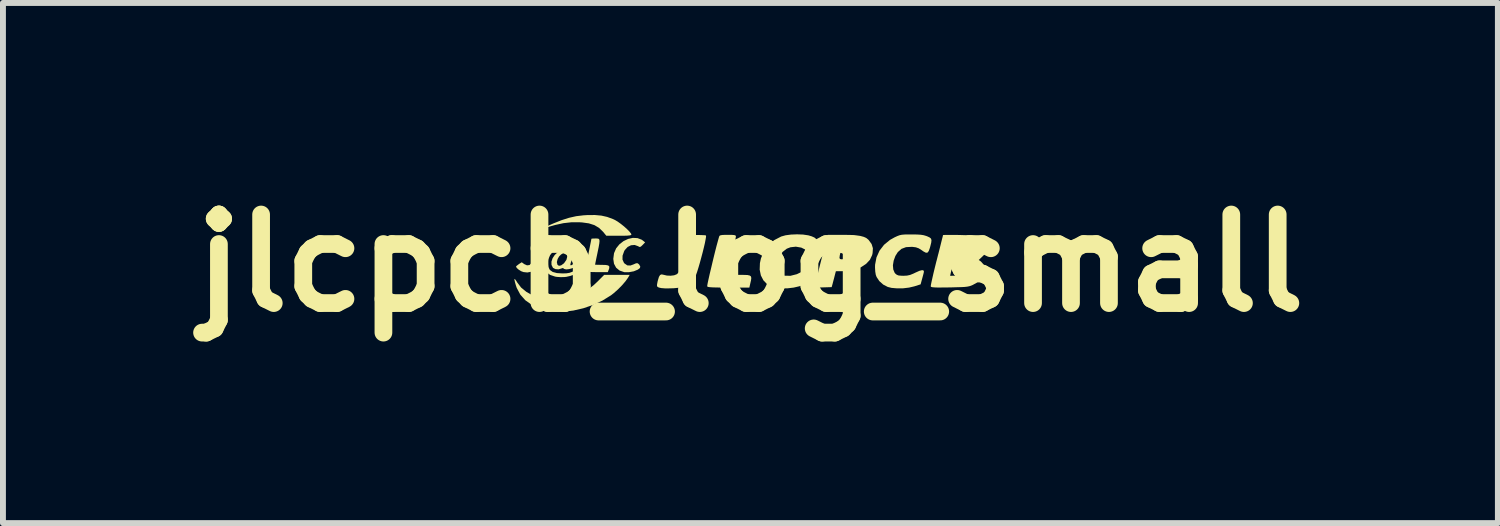
<source format=kicad_pcb>
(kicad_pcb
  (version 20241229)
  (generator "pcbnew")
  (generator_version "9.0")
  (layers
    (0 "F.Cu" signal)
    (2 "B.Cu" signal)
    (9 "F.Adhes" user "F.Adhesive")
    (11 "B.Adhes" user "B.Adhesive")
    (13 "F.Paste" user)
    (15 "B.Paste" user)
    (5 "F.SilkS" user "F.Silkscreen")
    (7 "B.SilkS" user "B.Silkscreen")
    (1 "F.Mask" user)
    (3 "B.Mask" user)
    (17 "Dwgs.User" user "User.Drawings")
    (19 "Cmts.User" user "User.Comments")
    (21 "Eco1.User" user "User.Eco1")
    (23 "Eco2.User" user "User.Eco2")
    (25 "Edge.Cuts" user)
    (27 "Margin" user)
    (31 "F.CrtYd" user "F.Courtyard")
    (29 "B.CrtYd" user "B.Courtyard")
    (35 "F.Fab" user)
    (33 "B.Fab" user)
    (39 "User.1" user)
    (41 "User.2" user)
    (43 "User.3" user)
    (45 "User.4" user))
  (footprint "jlcpcb_log_small"
    (layer "F.Cu")
    (at 9.657 1.404)
    (property "Reference" "jlcpcb_log_small" (at 0 0 0) (layer "F.SilkS") (effects (font (size 1.5 1.5) (thickness 0.3))))
    (attr board_only exclude_from_pos_files exclude_from_bom)
    (fp_poly (pts (xy -2.524 -0.803) (xy -2.426 -0.781) (xy -2.328 -0.745) (xy -2.292 -0.728) (xy -2.247 -0.701) (xy -2.194 -0.663) (xy -2.139 -0.619) (xy -2.088 -0.573) (xy -2.047 -0.531) (xy -2.021 -0.498) (xy -2.015 -0.482) (xy -2.022 -0.474) (xy -2.043 -0.468) (xy -2.084 -0.464) (xy -2.148 -0.462) (xy -2.228 -0.462) (xy -2.44 -0.462) (xy -2.496 -0.53) (xy -2.563 -0.595) (xy -2.642 -0.642) (xy -2.737 -0.672) (xy -2.853 -0.688) (xy -2.892 -0.69) (xy -3.033 -0.69) (xy -3.166 -0.675) (xy -3.304 -0.645) (xy -3.381 -0.623) (xy -3.441 -0.605) (xy -3.473 -0.599) (xy -3.477 -0.603) (xy -3.453 -0.618) (xy -3.402 -0.642) (xy -3.338 -0.67) (xy -3.197 -0.726) (xy -3.071 -0.766) (xy -2.951 -0.793) (xy -2.827 -0.808) (xy -2.762 -0.812) (xy -2.633 -0.813)) (stroke (width 0) (type solid)) (fill yes) (layer "F.SilkS"))
    (fp_poly (pts (xy -3.547 -0.416) (xy -3.545 -0.416) (xy -3.498 -0.412) (xy -3.478 -0.4) (xy -3.477 -0.395) (xy -3.481 -0.359) (xy -3.491 -0.302) (xy -3.505 -0.231) (xy -3.522 -0.156) (xy -3.54 -0.082) (xy -3.558 -0.017) (xy -3.573 0.031) (xy -3.581 0.052) (xy -3.631 0.108) (xy -3.699 0.145) (xy -3.777 0.16) (xy -3.843 0.153) (xy -3.883 0.138) (xy -3.923 0.113) (xy -3.955 0.085) (xy -3.969 0.062) (xy -3.969 0.06) (xy -3.957 0.046) (xy -3.928 0.024) (xy -3.921 0.018) (xy -3.872 -0.013) (xy -3.83 0.018) (xy -3.783 0.039) (xy -3.74 0.034) (xy -3.709 0.002) (xy -3.7 -0.023) (xy -3.688 -0.072) (xy -3.674 -0.135) (xy -3.662 -0.193) (xy -3.646 -0.279) (xy -3.633 -0.34) (xy -3.622 -0.379) (xy -3.611 -0.402) (xy -3.596 -0.413) (xy -3.575 -0.416)) (stroke (width 0) (type solid)) (fill yes) (layer "F.SilkS"))
    (fp_poly (pts (xy -2.593 -0.415) (xy -2.571 -0.411) (xy -2.559 -0.398) (xy -2.555 -0.373) (xy -2.559 -0.331) (xy -2.57 -0.268) (xy -2.588 -0.181) (xy -2.592 -0.161) (xy -2.607 -0.09) (xy -2.619 -0.031) (xy -2.627 0.01) (xy -2.631 0.027) (xy -2.631 0.027) (xy -2.617 0.029) (xy -2.579 0.03) (xy -2.526 0.031) (xy -2.515 0.031) (xy -2.448 0.033) (xy -2.408 0.041) (xy -2.39 0.058) (xy -2.39 0.086) (xy -2.399 0.113) (xy -2.415 0.154) (xy -2.599 0.154) (xy -2.671 0.153) (xy -2.731 0.15) (xy -2.773 0.146) (xy -2.791 0.14) (xy -2.791 0.121) (xy -2.785 0.078) (xy -2.775 0.014) (xy -2.761 -0.065) (xy -2.746 -0.139) (xy -2.729 -0.226) (xy -2.714 -0.301) (xy -2.702 -0.36) (xy -2.695 -0.398) (xy -2.692 -0.411) (xy -2.679 -0.414) (xy -2.644 -0.415) (xy -2.623 -0.416)) (stroke (width 0) (type solid)) (fill yes) (layer "F.SilkS"))
    (fp_poly (pts (xy -1.912 -0.422) (xy -1.841 -0.395) (xy -1.823 -0.382) (xy -1.783 -0.35) (xy -1.825 -0.306) (xy -1.854 -0.279) (xy -1.874 -0.271) (xy -1.896 -0.281) (xy -1.902 -0.285) (xy -1.96 -0.306) (xy -2.022 -0.301) (xy -2.079 -0.272) (xy -2.127 -0.22) (xy -2.138 -0.2) (xy -2.165 -0.125) (xy -2.166 -0.058) (xy -2.141 -0.003) (xy -2.131 0.008) (xy -2.084 0.04) (xy -2.031 0.042) (xy -1.979 0.023) (xy -1.936 0.004) (xy -1.909 0.004) (xy -1.887 0.022) (xy -1.883 0.027) (xy -1.865 0.06) (xy -1.871 0.085) (xy -1.905 0.111) (xy -1.907 0.112) (xy -1.975 0.14) (xy -2.055 0.155) (xy -2.131 0.155) (xy -2.138 0.154) (xy -2.216 0.127) (xy -2.274 0.079) (xy -2.31 0.012) (xy -2.322 -0.07) (xy -2.31 -0.163) (xy -2.308 -0.17) (xy -2.273 -0.25) (xy -2.218 -0.317) (xy -2.149 -0.371) (xy -2.071 -0.408) (xy -1.991 -0.426)) (stroke (width 0) (type solid)) (fill yes) (layer "F.SilkS"))
    (fp_poly (pts (xy -2.072 0.248) (xy -2.114 0.307) (xy -2.173 0.376) (xy -2.242 0.446) (xy -2.314 0.51) (xy -2.36 0.546) (xy -2.504 0.635) (xy -2.663 0.709) (xy -2.83 0.766) (xy -3 0.805) (xy -3.167 0.824) (xy -3.323 0.821) (xy -3.408 0.809) (xy -3.568 0.767) (xy -3.703 0.707) (xy -3.812 0.63) (xy -3.897 0.534) (xy -3.957 0.421) (xy -3.971 0.38) (xy -3.986 0.328) (xy -3.995 0.288) (xy -3.996 0.268) (xy -3.996 0.268) (xy -3.985 0.275) (xy -3.964 0.303) (xy -3.949 0.328) (xy -3.883 0.415) (xy -3.794 0.488) (xy -3.693 0.545) (xy -3.653 0.563) (xy -3.62 0.576) (xy -3.586 0.585) (xy -3.545 0.59) (xy -3.49 0.592) (xy -3.415 0.592) (xy -3.362 0.592) (xy -3.238 0.59) (xy -3.137 0.583) (xy -3.05 0.569) (xy -2.969 0.546) (xy -2.884 0.513) (xy -2.815 0.481) (xy -2.734 0.435) (xy -2.658 0.378) (xy -2.588 0.313) (xy -2.476 0.2) (xy -2.26 0.2) (xy -2.044 0.2)) (stroke (width 0) (type solid)) (fill yes) (layer "F.SilkS"))
    (fp_poly (pts (xy -0.318 -0.477) (xy -0.278 -0.474) (xy -0.256 -0.469) (xy -0.247 -0.458) (xy -0.246 -0.446) (xy -0.25 -0.424) (xy -0.259 -0.378) (xy -0.274 -0.313) (xy -0.292 -0.236) (xy -0.312 -0.151) (xy -0.333 -0.065) (xy -0.353 0.017) (xy -0.371 0.089) (xy -0.386 0.146) (xy -0.394 0.173) (xy -0.395 0.184) (xy -0.387 0.192) (xy -0.366 0.196) (xy -0.326 0.199) (xy -0.264 0.2) (xy -0.201 0.2) (xy -0.112 0.201) (xy -0.05 0.203) (xy -0.011 0.212) (xy 0.009 0.227) (xy 0.015 0.254) (xy 0.01 0.293) (xy 0.001 0.332) (xy -0.018 0.416) (xy -0.371 0.416) (xy -0.487 0.415) (xy -0.577 0.414) (xy -0.642 0.412) (xy -0.687 0.409) (xy -0.715 0.405) (xy -0.729 0.398) (xy -0.732 0.394) (xy -0.73 0.376) (xy -0.722 0.332) (xy -0.708 0.268) (xy -0.69 0.188) (xy -0.668 0.097) (xy -0.645 -0.001) (xy -0.621 -0.101) (xy -0.597 -0.198) (xy -0.574 -0.288) (xy -0.553 -0.365) (xy -0.536 -0.426) (xy -0.529 -0.45) (xy -0.521 -0.463) (xy -0.502 -0.471) (xy -0.467 -0.476) (xy -0.409 -0.477) (xy -0.384 -0.477)) (stroke (width 0) (type solid)) (fill yes) (layer "F.SilkS"))
    (fp_poly (pts (xy -0.822 -0.473) (xy -0.776 -0.471) (xy -0.753 -0.467) (xy -0.752 -0.466) (xy -0.751 -0.447) (xy -0.758 -0.404) (xy -0.77 -0.341) (xy -0.788 -0.264) (xy -0.809 -0.179) (xy -0.833 -0.089) (xy -0.857 -0.001) (xy -0.881 0.081) (xy -0.903 0.151) (xy -0.922 0.205) (xy -0.934 0.234) (xy -0.994 0.313) (xy -1.077 0.373) (xy -1.173 0.41) (xy -1.229 0.42) (xy -1.299 0.427) (xy -1.376 0.429) (xy -1.45 0.429) (xy -1.511 0.424) (xy -1.55 0.415) (xy -1.572 0.404) (xy -1.582 0.389) (xy -1.581 0.362) (xy -1.572 0.314) (xy -1.567 0.295) (xy -1.549 0.235) (xy -1.529 0.202) (xy -1.503 0.192) (xy -1.471 0.199) (xy -1.416 0.212) (xy -1.353 0.215) (xy -1.293 0.208) (xy -1.251 0.192) (xy -1.249 0.191) (xy -1.222 0.167) (xy -1.199 0.133) (xy -1.177 0.083) (xy -1.155 0.013) (xy -1.132 -0.073) (xy -1.111 -0.155) (xy -1.099 -0.211) (xy -1.095 -0.247) (xy -1.099 -0.266) (xy -1.113 -0.275) (xy -1.135 -0.277) (xy -1.146 -0.277) (xy -1.177 -0.279) (xy -1.194 -0.288) (xy -1.197 -0.31) (xy -1.19 -0.352) (xy -1.179 -0.393) (xy -1.16 -0.47) (xy -0.962 -0.474) (xy -0.886 -0.475)) (stroke (width 0) (type solid)) (fill yes) (layer "F.SilkS"))
    (fp_poly (pts (xy 0.892 -0.482) (xy 0.981 -0.469) (xy 1.038 -0.452) (xy 1.083 -0.432) (xy 1.106 -0.415) (xy 1.113 -0.393) (xy 1.112 -0.379) (xy 1.105 -0.327) (xy 1.091 -0.271) (xy 1.073 -0.221) (xy 1.055 -0.184) (xy 1.039 -0.169) (xy 1.038 -0.169) (xy 1.014 -0.178) (xy 0.976 -0.199) (xy 0.946 -0.219) (xy 0.862 -0.261) (xy 0.77 -0.277) (xy 0.678 -0.267) (xy 0.616 -0.243) (xy 0.545 -0.188) (xy 0.495 -0.113) (xy 0.468 -0.023) (xy 0.465 0.058) (xy 0.474 0.127) (xy 0.492 0.172) (xy 0.526 0.199) (xy 0.578 0.214) (xy 0.58 0.215) (xy 0.679 0.216) (xy 0.786 0.189) (xy 0.901 0.133) (xy 0.922 0.121) (xy 0.951 0.109) (xy 0.971 0.119) (xy 0.979 0.137) (xy 0.978 0.169) (xy 0.967 0.221) (xy 0.96 0.249) (xy 0.931 0.361) (xy 0.823 0.395) (xy 0.732 0.416) (xy 0.63 0.428) (xy 0.527 0.429) (xy 0.434 0.42) (xy 0.371 0.405) (xy 0.285 0.36) (xy 0.22 0.293) (xy 0.177 0.21) (xy 0.157 0.112) (xy 0.161 0.002) (xy 0.178 -0.078) (xy 0.229 -0.2) (xy 0.304 -0.304) (xy 0.402 -0.387) (xy 0.521 -0.449) (xy 0.596 -0.47) (xy 0.689 -0.482) (xy 0.791 -0.486)) (stroke (width 0) (type solid)) (fill yes) (layer "F.SilkS"))
    (fp_poly (pts (xy 1.685 -0.476) (xy 1.784 -0.47) (xy 1.861 -0.459) (xy 1.92 -0.443) (xy 1.966 -0.421) (xy 2.002 -0.391) (xy 2.003 -0.389) (xy 2.052 -0.322) (xy 2.074 -0.251) (xy 2.069 -0.168) (xy 2.061 -0.134) (xy 2.023 -0.054) (xy 1.959 0.014) (xy 1.874 0.07) (xy 1.769 0.11) (xy 1.65 0.133) (xy 1.558 0.138) (xy 1.447 0.139) (xy 1.43 0.204) (xy 1.415 0.263) (xy 1.398 0.326) (xy 1.395 0.339) (xy 1.376 0.408) (xy 1.242 0.412) (xy 1.173 0.414) (xy 1.13 0.411) (xy 1.106 0.404) (xy 1.099 0.395) (xy 1.099 0.382) (xy 1.103 0.354) (xy 1.112 0.31) (xy 1.126 0.247) (xy 1.146 0.163) (xy 1.172 0.057) (xy 1.205 -0.073) (xy 1.209 -0.089) (xy 1.508 -0.089) (xy 1.516 -0.069) (xy 1.539 -0.063) (xy 1.58 -0.066) (xy 1.584 -0.066) (xy 1.636 -0.075) (xy 1.679 -0.087) (xy 1.692 -0.092) (xy 1.724 -0.118) (xy 1.748 -0.147) (xy 1.764 -0.192) (xy 1.753 -0.23) (xy 1.719 -0.258) (xy 1.665 -0.274) (xy 1.595 -0.275) (xy 1.592 -0.274) (xy 1.565 -0.268) (xy 1.547 -0.25) (xy 1.534 -0.212) (xy 1.528 -0.192) (xy 1.513 -0.128) (xy 1.508 -0.089) (xy 1.209 -0.089) (xy 1.245 -0.229) (xy 1.292 -0.413) (xy 1.294 -0.419) (xy 1.309 -0.477) (xy 1.559 -0.477)) (stroke (width 0) (type solid)) (fill yes) (layer "F.SilkS"))
    (fp_poly (pts (xy 2.731 -0.484) (xy 2.819 -0.483) (xy 2.884 -0.479) (xy 2.935 -0.471) (xy 2.978 -0.458) (xy 2.992 -0.453) (xy 3.033 -0.434) (xy 3.057 -0.415) (xy 3.066 -0.388) (xy 3.062 -0.347) (xy 3.047 -0.286) (xy 3.039 -0.257) (xy 3.02 -0.204) (xy 3 -0.177) (xy 2.973 -0.174) (xy 2.932 -0.195) (xy 2.898 -0.219) (xy 2.85 -0.249) (xy 2.802 -0.266) (xy 2.741 -0.274) (xy 2.73 -0.274) (xy 2.635 -0.269) (xy 2.558 -0.24) (xy 2.496 -0.185) (xy 2.455 -0.12) (xy 2.426 -0.041) (xy 2.413 0.038) (xy 2.419 0.109) (xy 2.442 0.164) (xy 2.453 0.178) (xy 2.479 0.199) (xy 2.51 0.211) (xy 2.555 0.215) (xy 2.59 0.216) (xy 2.651 0.213) (xy 2.703 0.202) (xy 2.76 0.179) (xy 2.793 0.163) (xy 2.862 0.132) (xy 2.909 0.12) (xy 2.934 0.128) (xy 2.938 0.144) (xy 2.934 0.167) (xy 2.923 0.21) (xy 2.909 0.262) (xy 2.882 0.361) (xy 2.775 0.395) (xy 2.686 0.416) (xy 2.586 0.428) (xy 2.484 0.429) (xy 2.391 0.421) (xy 2.326 0.405) (xy 2.249 0.365) (xy 2.183 0.306) (xy 2.137 0.237) (xy 2.123 0.2) (xy 2.114 0.146) (xy 2.11 0.078) (xy 2.111 0.029) (xy 2.135 -0.096) (xy 2.186 -0.209) (xy 2.263 -0.309) (xy 2.364 -0.392) (xy 2.443 -0.436) (xy 2.489 -0.457) (xy 2.527 -0.471) (xy 2.565 -0.479) (xy 2.612 -0.483) (xy 2.677 -0.484)) (stroke (width 0) (type solid)) (fill yes) (layer "F.SilkS"))
    (fp_poly (pts (xy 3.455 -0.476) (xy 3.535 -0.475) (xy 3.635 -0.472) (xy 3.71 -0.47) (xy 3.765 -0.466) (xy 3.806 -0.46) (xy 3.838 -0.452) (xy 3.866 -0.441) (xy 3.877 -0.435) (xy 3.945 -0.389) (xy 3.985 -0.328) (xy 4 -0.252) (xy 4 -0.245) (xy 3.997 -0.204) (xy 3.984 -0.172) (xy 3.956 -0.138) (xy 3.934 -0.116) (xy 3.867 -0.052) (xy 3.904 -0.025) (xy 3.948 0.025) (xy 3.967 0.086) (xy 3.962 0.152) (xy 3.936 0.219) (xy 3.89 0.283) (xy 3.825 0.338) (xy 3.765 0.371) (xy 3.735 0.384) (xy 3.706 0.393) (xy 3.671 0.4) (xy 3.626 0.405) (xy 3.567 0.408) (xy 3.487 0.41) (xy 3.381 0.413) (xy 3.373 0.413) (xy 3.264 0.414) (xy 3.182 0.415) (xy 3.123 0.413) (xy 3.085 0.41) (xy 3.063 0.405) (xy 3.054 0.398) (xy 3.054 0.398) (xy 3.055 0.378) (xy 3.064 0.332) (xy 3.079 0.265) (xy 3.09 0.216) (xy 3.382 0.216) (xy 3.464 0.215) (xy 3.529 0.21) (xy 3.587 0.194) (xy 3.6 0.189) (xy 3.637 0.165) (xy 3.652 0.137) (xy 3.654 0.116) (xy 3.648 0.085) (xy 3.627 0.065) (xy 3.587 0.053) (xy 3.521 0.048) (xy 3.503 0.048) (xy 3.461 0.049) (xy 3.433 0.059) (xy 3.416 0.083) (xy 3.402 0.128) (xy 3.393 0.165) (xy 3.382 0.216) (xy 3.09 0.216) (xy 3.098 0.18) (xy 3.122 0.081) (xy 3.149 -0.028) (xy 3.154 -0.045) (xy 3.18 -0.148) (xy 3.477 -0.148) (xy 3.49 -0.142) (xy 3.524 -0.141) (xy 3.569 -0.146) (xy 3.614 -0.154) (xy 3.652 -0.165) (xy 3.661 -0.169) (xy 3.687 -0.198) (xy 3.692 -0.222) (xy 3.684 -0.251) (xy 3.655 -0.268) (xy 3.601 -0.276) (xy 3.566 -0.277) (xy 3.528 -0.274) (xy 3.508 -0.26) (xy 3.495 -0.226) (xy 3.493 -0.219) (xy 3.483 -0.179) (xy 3.477 -0.151) (xy 3.477 -0.148) (xy 3.18 -0.148) (xy 3.182 -0.154) (xy 3.207 -0.253) (xy 3.228 -0.338) (xy 3.245 -0.406) (xy 3.257 -0.452) (xy 3.261 -0.472) (xy 3.262 -0.473) (xy 3.276 -0.475) (xy 3.317 -0.476) (xy 3.378 -0.476)) (stroke (width 0) (type solid)) (fill yes) (layer "F.SilkS"))
    (fp_poly (pts (xy -2.971 -0.335) (xy -2.927 -0.319) (xy -2.873 -0.273) (xy -2.839 -0.21) (xy -2.831 -0.154) (xy -2.841 -0.099) (xy -2.867 -0.037) (xy -2.902 0.017) (xy -2.918 0.034) (xy -2.962 0.064) (xy -3.016 0.088) (xy -3.071 0.103) (xy -3.12 0.108) (xy -3.154 0.1) (xy -3.162 0.092) (xy -3.182 0.085) (xy -3.2 0.092) (xy -3.249 0.107) (xy -3.301 0.103) (xy -3.341 0.083) (xy -3.344 0.08) (xy -3.368 0.032) (xy -3.369 -0.011) (xy -3.277 -0.011) (xy -3.267 0.03) (xy -3.242 0.047) (xy -3.206 0.04) (xy -3.163 0.009) (xy -3.154 0.000369) (xy -3.116 -0.054) (xy -3.102 -0.106) (xy -3.111 -0.145) (xy -3.136 -0.166) (xy -3.17 -0.165) (xy -3.206 -0.145) (xy -3.24 -0.111) (xy -3.265 -0.067) (xy -3.277 -0.018) (xy -3.277 -0.011) (xy -3.369 -0.011) (xy -3.369 -0.024) (xy -3.35 -0.081) (xy -3.314 -0.136) (xy -3.266 -0.181) (xy -3.209 -0.21) (xy -3.15 -0.219) (xy -3.088 -0.218) (xy -3.025 -0.217) (xy -3.019 -0.217) (xy -2.989 -0.217) (xy -2.971 -0.214) (xy -2.964 -0.203) (xy -2.969 -0.179) (xy -2.986 -0.137) (xy -3.015 -0.073) (xy -3.021 -0.058) (xy -3.04 -0.011) (xy -3.049 0.024) (xy -3.047 0.038) (xy -3.025 0.035) (xy -2.994 0.013) (xy -2.959 -0.022) (xy -2.929 -0.063) (xy -2.908 -0.102) (xy -2.906 -0.108) (xy -2.899 -0.169) (xy -2.921 -0.22) (xy -2.972 -0.262) (xy -2.988 -0.271) (xy -3.046 -0.287) (xy -3.12 -0.289) (xy -3.199 -0.275) (xy -3.272 -0.249) (xy -3.275 -0.247) (xy -3.34 -0.199) (xy -3.392 -0.133) (xy -3.424 -0.058) (xy -3.431 -0.004) (xy -3.422 0.066) (xy -3.396 0.117) (xy -3.348 0.151) (xy -3.277 0.17) (xy -3.184 0.176) (xy -3.116 0.174) (xy -3.064 0.166) (xy -3.015 0.148) (xy -2.98 0.132) (xy -2.934 0.11) (xy -2.898 0.098) (xy -2.883 0.097) (xy -2.878 0.119) (xy -2.898 0.145) (xy -2.937 0.172) (xy -2.99 0.198) (xy -3.052 0.219) (xy -3.118 0.234) (xy -3.146 0.237) (xy -3.21 0.239) (xy -3.275 0.235) (xy -3.306 0.23) (xy -3.392 0.201) (xy -3.455 0.154) (xy -3.492 0.091) (xy -3.503 0.015) (xy -3.502 -0.003) (xy -3.476 -0.106) (xy -3.424 -0.194) (xy -3.344 -0.269) (xy -3.277 -0.31) (xy -3.21 -0.333) (xy -3.13 -0.346) (xy -3.046 -0.346)) (stroke (width 0) (type solid)) (fill yes) (layer "F.SilkS")))
  (gr_rect
    (start -3 -3)
    (end 22.314 5.808)
    (stroke (width 0.1) (type default))
    (fill no)
    (layer "Edge.Cuts")))
</source>
